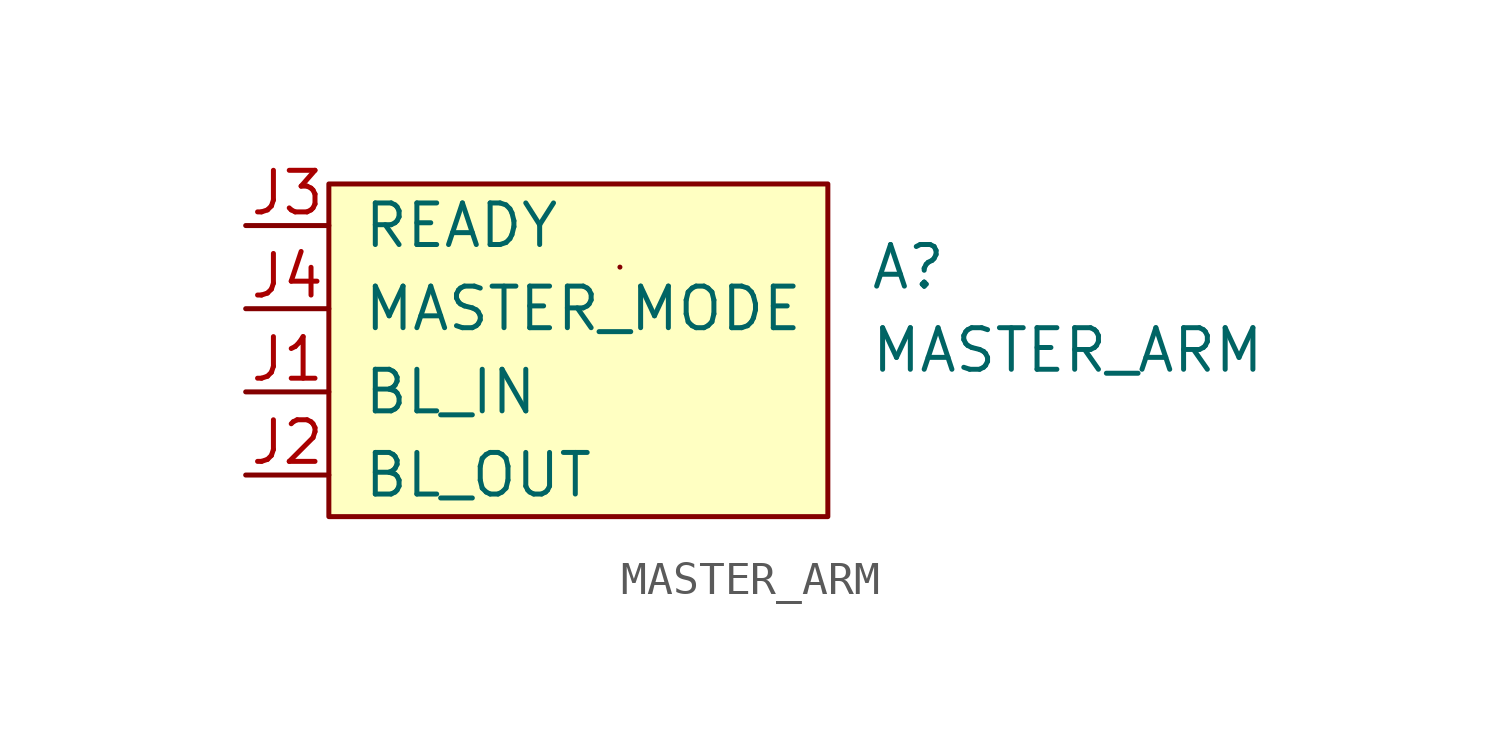
<source format=kicad_sym>
(kicad_symbol_lib
  (version 20231120)
  (generator "kicad_symbol_editor")
  (generator_version "8.0")
  (symbol "MASTER_ARM"
    (pin_names
      (offset 1.016))
    (property "Reference" "A"
      (at 16.51 6.35 0)
      (effects (font (size 1.27 1.27)) (justify left)))
    (property "Value" "MASTER_ARM"
      (at 16.51 3.81 0)
      (effects (font (size 1.27 1.27)) (justify left)))
    (symbol "MASTER_ARM_0_0"
      (pin input line (at -2.54 2.54 0) (length 2.54) (name "BL_IN" (effects (font (size 1.27 1.27)))) (number "J1" (effects (font (size 1.27 1.27)))))
      (pin output line (at -2.54 0 0) (length 2.54) (name "BL_OUT" (effects (font (size 1.27 1.27)))) (number "J2" (effects (font (size 1.27 1.27)))))
      (pin input line (at -2.54 7.62 0) (length 2.54) (name "READY" (effects (font (size 1.27 1.27)))) (number "J3" (effects (font (size 1.27 1.27)))))
      (pin input line (at -2.54 5.08 0) (length 2.54) (name "MASTER_MODE" (effects (font (size 1.27 1.27)))) (number "J4" (effects (font (size 1.27 1.27))))))
    (symbol "MASTER_ARM_0_1"
      (rectangle (start 0 8.89) (end 15.24 -1.27) (stroke (width 0) (type default)) (fill (type background)))
      (rectangle (start 8.89 6.35) (end 8.89 6.35) (stroke (width 0) (type default)) (fill (type none))))))
</source>
